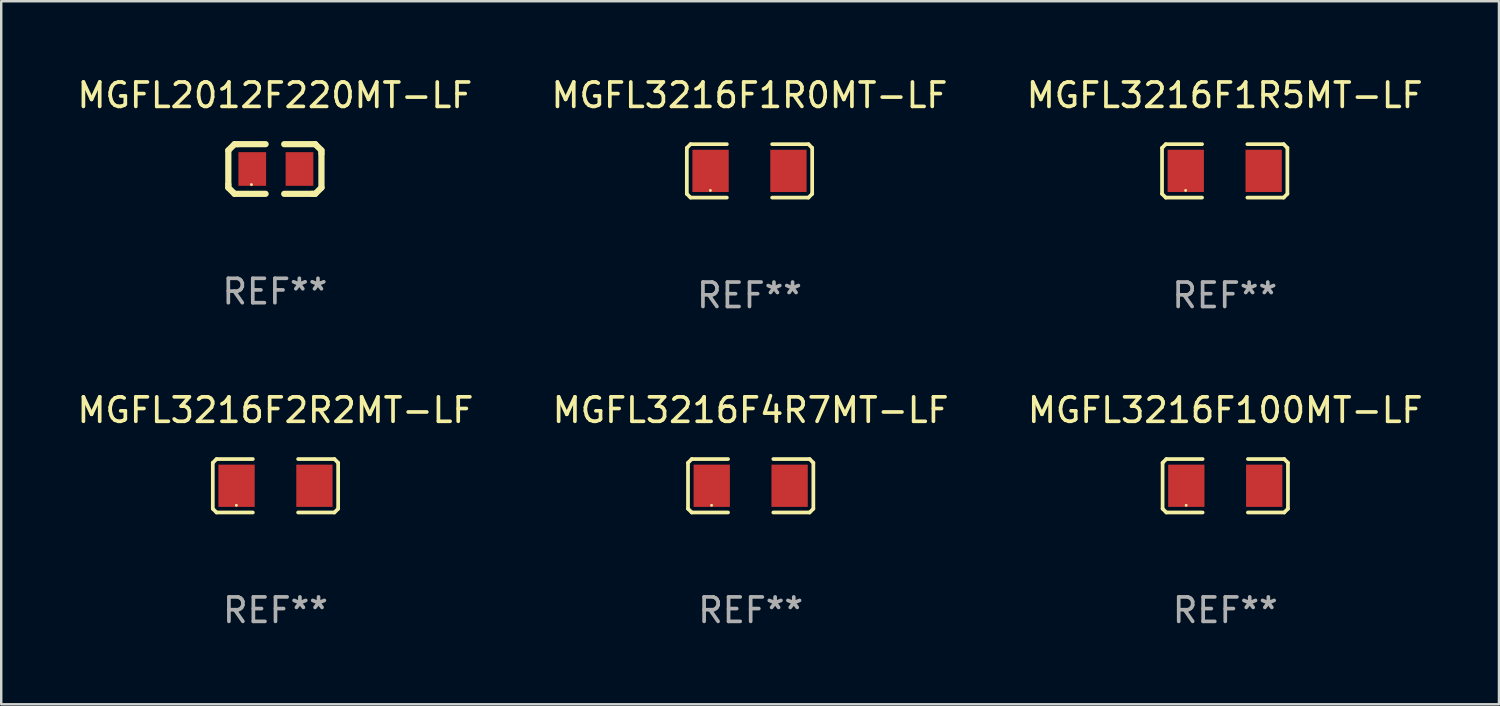
<source format=kicad_pcb>
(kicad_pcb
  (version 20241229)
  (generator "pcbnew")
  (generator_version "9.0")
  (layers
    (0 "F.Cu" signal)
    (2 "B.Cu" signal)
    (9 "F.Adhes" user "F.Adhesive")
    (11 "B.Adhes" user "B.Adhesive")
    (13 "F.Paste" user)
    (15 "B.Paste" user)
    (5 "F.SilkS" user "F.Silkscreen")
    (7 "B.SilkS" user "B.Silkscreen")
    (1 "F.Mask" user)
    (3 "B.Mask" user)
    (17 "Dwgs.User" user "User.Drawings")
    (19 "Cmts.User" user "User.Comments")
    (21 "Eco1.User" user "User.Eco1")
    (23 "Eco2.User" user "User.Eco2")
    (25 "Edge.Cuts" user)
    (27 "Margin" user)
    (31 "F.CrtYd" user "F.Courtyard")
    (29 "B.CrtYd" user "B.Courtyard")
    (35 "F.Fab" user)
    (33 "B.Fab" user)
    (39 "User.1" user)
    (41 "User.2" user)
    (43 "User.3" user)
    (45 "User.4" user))
  (footprint "MGFL3216F100MT-LF"
    (layer "F.Cu")
    (at 47.077 16.823)
    (property "Reference" "MGFL3216F100MT-LF" (at 0 -3.093 0) (layer "F.SilkS") (effects (font (size 1 1) (thickness 0.15))))
    (attr through_hole)
    (fp_line (start -2.564 -0.94) (end -2.411 -1.093) (stroke (width 0.152) (type solid)) (layer "F.SilkS"))
    (fp_line (start -2.564 0.94) (end -2.564 -0.94) (stroke (width 0.152) (type solid)) (layer "F.SilkS"))
    (fp_line (start -2.411 -1.093) (end -0.926 -1.093) (stroke (width 0.152) (type solid)) (layer "F.SilkS"))
    (fp_line (start -2.411 1.093) (end -2.564 0.94) (stroke (width 0.152) (type solid)) (layer "F.SilkS"))
    (fp_line (start -0.926 1.093) (end -2.411 1.093) (stroke (width 0.152) (type solid)) (layer "F.SilkS"))
    (fp_line (start 0.926 1.093) (end 2.411 1.093) (stroke (width 0.152) (type solid)) (layer "F.SilkS"))
    (fp_line (start 2.411 -1.093) (end 0.926 -1.093) (stroke (width 0.152) (type solid)) (layer "F.SilkS"))
    (fp_line (start 2.411 1.093) (end 2.564 0.94) (stroke (width 0.152) (type solid)) (layer "F.SilkS"))
    (fp_line (start 2.564 -0.94) (end 2.411 -1.093) (stroke (width 0.152) (type solid)) (layer "F.SilkS"))
    (fp_line (start 2.564 0.94) (end 2.564 -0.94) (stroke (width 0.152) (type solid)) (layer "F.SilkS"))
    (fp_circle (center -1.6 0.8) (end -1.57 0.8) (stroke (width 0.06) (type solid)) (fill no) (layer "F.SilkS"))
    (fp_text user "REF**" (at 0 5.093 0) (layer "F.Fab") (effects (font (size 1 1) (thickness 0.15))))
    (pad "1" smd rect (at -1.593 0) (size 1.485 1.728) (layers "F.Cu" "F.Mask" "F.Paste"))
    (pad "2" smd rect (at 1.593 0) (size 1.485 1.728) (layers "F.Cu" "F.Mask" "F.Paste")))
  (footprint "MGFL2012F220MT-LF"
    (layer "F.Cu")
    (at 8.196 3.864)
    (property "Reference" "MGFL2012F220MT-LF" (at 0 -3.016 0) (layer "F.SilkS") (effects (font (size 1 1) (thickness 0.15))))
    (attr through_hole)
    (fp_line (start -1.905 -0.762) (end -1.905 0.635) (stroke (width 0.254) (type solid)) (layer "F.SilkS"))
    (fp_line (start -1.905 0.635) (end -1.905 0.762) (stroke (width 0.254) (type solid)) (layer "F.SilkS"))
    (fp_line (start -1.905 0.762) (end -1.651 1.016) (stroke (width 0.254) (type solid)) (layer "F.SilkS"))
    (fp_line (start -1.651 -1.016) (end -1.905 -0.762) (stroke (width 0.254) (type solid)) (layer "F.SilkS"))
    (fp_line (start -1.651 1.016) (end -0.381 1.016) (stroke (width 0.254) (type solid)) (layer "F.SilkS"))
    (fp_line (start -1.524 -1.016) (end -1.651 -1.016) (stroke (width 0.254) (type solid)) (layer "F.SilkS"))
    (fp_line (start -0.381 -1.016) (end -1.524 -1.016) (stroke (width 0.254) (type solid)) (layer "F.SilkS"))
    (fp_line (start 0.381 1.016) (end 1.524 1.016) (stroke (width 0.254) (type solid)) (layer "F.SilkS"))
    (fp_line (start 1.524 1.016) (end 1.651 1.016) (stroke (width 0.254) (type solid)) (layer "F.SilkS"))
    (fp_line (start 1.651 -1.016) (end 0.381 -1.016) (stroke (width 0.254) (type solid)) (layer "F.SilkS"))
    (fp_line (start 1.651 1.016) (end 1.905 0.762) (stroke (width 0.254) (type solid)) (layer "F.SilkS"))
    (fp_line (start 1.905 -0.762) (end 1.651 -1.016) (stroke (width 0.254) (type solid)) (layer "F.SilkS"))
    (fp_line (start 1.905 -0.635) (end 1.905 -0.762) (stroke (width 0.254) (type solid)) (layer "F.SilkS"))
    (fp_line (start 1.905 0.762) (end 1.905 -0.635) (stroke (width 0.254) (type solid)) (layer "F.SilkS"))
    (fp_circle (center -0.96 0.637) (end -0.93 0.637) (stroke (width 0.06) (type solid)) (fill no) (layer "F.SilkS"))
    (fp_text user "REF**" (at 0 5.016 0) (layer "F.Fab") (effects (font (size 1 1) (thickness 0.15))))
    (pad "1" smd rect (at -0.926 -0.000051) (size 1.133 1.377) (layers "F.Cu" "F.Mask" "F.Paste"))
    (pad "2" smd rect (at 1.006 -0.000051) (size 1.133 1.377) (layers "F.Cu" "F.Mask" "F.Paste")))
  (footprint "MGFL3216F1R5MT-LF"
    (layer "F.Cu")
    (at 47.054 3.941)
    (property "Reference" "MGFL3216F1R5MT-LF" (at 0 -3.093 0) (layer "F.SilkS") (effects (font (size 1 1) (thickness 0.15))))
    (attr through_hole)
    (fp_line (start -2.564 -0.94) (end -2.411 -1.093) (stroke (width 0.152) (type solid)) (layer "F.SilkS"))
    (fp_line (start -2.564 0.94) (end -2.564 -0.94) (stroke (width 0.152) (type solid)) (layer "F.SilkS"))
    (fp_line (start -2.411 -1.093) (end -0.926 -1.093) (stroke (width 0.152) (type solid)) (layer "F.SilkS"))
    (fp_line (start -2.411 1.093) (end -2.564 0.94) (stroke (width 0.152) (type solid)) (layer "F.SilkS"))
    (fp_line (start -0.926 1.093) (end -2.411 1.093) (stroke (width 0.152) (type solid)) (layer "F.SilkS"))
    (fp_line (start 0.926 1.093) (end 2.411 1.093) (stroke (width 0.152) (type solid)) (layer "F.SilkS"))
    (fp_line (start 2.411 -1.093) (end 0.926 -1.093) (stroke (width 0.152) (type solid)) (layer "F.SilkS"))
    (fp_line (start 2.411 1.093) (end 2.564 0.94) (stroke (width 0.152) (type solid)) (layer "F.SilkS"))
    (fp_line (start 2.564 -0.94) (end 2.411 -1.093) (stroke (width 0.152) (type solid)) (layer "F.SilkS"))
    (fp_line (start 2.564 0.94) (end 2.564 -0.94) (stroke (width 0.152) (type solid)) (layer "F.SilkS"))
    (fp_circle (center -1.6 0.8) (end -1.57 0.8) (stroke (width 0.06) (type solid)) (fill no) (layer "F.SilkS"))
    (fp_text user "REF**" (at 0 5.093 0) (layer "F.Fab") (effects (font (size 1 1) (thickness 0.15))))
    (pad "1" smd rect (at -1.593 0) (size 1.485 1.728) (layers "F.Cu" "F.Mask" "F.Paste"))
    (pad "2" smd rect (at 1.593 0) (size 1.485 1.728) (layers "F.Cu" "F.Mask" "F.Paste")))
  (footprint "MGFL3216F2R2MT-LF"
    (layer "F.Cu")
    (at 8.22 16.823)
    (property "Reference" "MGFL3216F2R2MT-LF" (at 0 -3.093 0) (layer "F.SilkS") (effects (font (size 1 1) (thickness 0.15))))
    (attr through_hole)
    (fp_line (start -2.564 -0.94) (end -2.411 -1.093) (stroke (width 0.152) (type solid)) (layer "F.SilkS"))
    (fp_line (start -2.564 0.94) (end -2.564 -0.94) (stroke (width 0.152) (type solid)) (layer "F.SilkS"))
    (fp_line (start -2.411 -1.093) (end -0.926 -1.093) (stroke (width 0.152) (type solid)) (layer "F.SilkS"))
    (fp_line (start -2.411 1.093) (end -2.564 0.94) (stroke (width 0.152) (type solid)) (layer "F.SilkS"))
    (fp_line (start -0.926 1.093) (end -2.411 1.093) (stroke (width 0.152) (type solid)) (layer "F.SilkS"))
    (fp_line (start 0.926 1.093) (end 2.411 1.093) (stroke (width 0.152) (type solid)) (layer "F.SilkS"))
    (fp_line (start 2.411 -1.093) (end 0.926 -1.093) (stroke (width 0.152) (type solid)) (layer "F.SilkS"))
    (fp_line (start 2.411 1.093) (end 2.564 0.94) (stroke (width 0.152) (type solid)) (layer "F.SilkS"))
    (fp_line (start 2.564 -0.94) (end 2.411 -1.093) (stroke (width 0.152) (type solid)) (layer "F.SilkS"))
    (fp_line (start 2.564 0.94) (end 2.564 -0.94) (stroke (width 0.152) (type solid)) (layer "F.SilkS"))
    (fp_circle (center -1.6 0.8) (end -1.57 0.8) (stroke (width 0.06) (type solid)) (fill no) (layer "F.SilkS"))
    (fp_text user "REF**" (at 0 5.093 0) (layer "F.Fab") (effects (font (size 1 1) (thickness 0.15))))
    (pad "1" smd rect (at -1.593 0) (size 1.485 1.728) (layers "F.Cu" "F.Mask" "F.Paste"))
    (pad "2" smd rect (at 1.593 0) (size 1.485 1.728) (layers "F.Cu" "F.Mask" "F.Paste")))
  (footprint "MGFL3216F4R7MT-LF"
    (layer "F.Cu")
    (at 27.661 16.823)
    (property "Reference" "MGFL3216F4R7MT-LF" (at 0 -3.093 0) (layer "F.SilkS") (effects (font (size 1 1) (thickness 0.15))))
    (attr through_hole)
    (fp_line (start -2.564 -0.94) (end -2.411 -1.093) (stroke (width 0.152) (type solid)) (layer "F.SilkS"))
    (fp_line (start -2.564 0.94) (end -2.564 -0.94) (stroke (width 0.152) (type solid)) (layer "F.SilkS"))
    (fp_line (start -2.411 -1.093) (end -0.926 -1.093) (stroke (width 0.152) (type solid)) (layer "F.SilkS"))
    (fp_line (start -2.411 1.093) (end -2.564 0.94) (stroke (width 0.152) (type solid)) (layer "F.SilkS"))
    (fp_line (start -0.926 1.093) (end -2.411 1.093) (stroke (width 0.152) (type solid)) (layer "F.SilkS"))
    (fp_line (start 0.926 1.093) (end 2.411 1.093) (stroke (width 0.152) (type solid)) (layer "F.SilkS"))
    (fp_line (start 2.411 -1.093) (end 0.926 -1.093) (stroke (width 0.152) (type solid)) (layer "F.SilkS"))
    (fp_line (start 2.411 1.093) (end 2.564 0.94) (stroke (width 0.152) (type solid)) (layer "F.SilkS"))
    (fp_line (start 2.564 -0.94) (end 2.411 -1.093) (stroke (width 0.152) (type solid)) (layer "F.SilkS"))
    (fp_line (start 2.564 0.94) (end 2.564 -0.94) (stroke (width 0.152) (type solid)) (layer "F.SilkS"))
    (fp_circle (center -1.6 0.8) (end -1.57 0.8) (stroke (width 0.06) (type solid)) (fill no) (layer "F.SilkS"))
    (fp_text user "REF**" (at 0 5.093 0) (layer "F.Fab") (effects (font (size 1 1) (thickness 0.15))))
    (pad "1" smd rect (at -1.593 0) (size 1.485 1.728) (layers "F.Cu" "F.Mask" "F.Paste"))
    (pad "2" smd rect (at 1.593 0) (size 1.485 1.728) (layers "F.Cu" "F.Mask" "F.Paste")))
  (footprint "MGFL3216F1R0MT-LF"
    (layer "F.Cu")
    (at 27.613 3.941)
    (property "Reference" "MGFL3216F1R0MT-LF" (at 0 -3.093 0) (layer "F.SilkS") (effects (font (size 1 1) (thickness 0.15))))
    (attr through_hole)
    (fp_line (start -2.564 -0.94) (end -2.411 -1.093) (stroke (width 0.152) (type solid)) (layer "F.SilkS"))
    (fp_line (start -2.564 0.94) (end -2.564 -0.94) (stroke (width 0.152) (type solid)) (layer "F.SilkS"))
    (fp_line (start -2.411 -1.093) (end -0.926 -1.093) (stroke (width 0.152) (type solid)) (layer "F.SilkS"))
    (fp_line (start -2.411 1.093) (end -2.564 0.94) (stroke (width 0.152) (type solid)) (layer "F.SilkS"))
    (fp_line (start -0.926 1.093) (end -2.411 1.093) (stroke (width 0.152) (type solid)) (layer "F.SilkS"))
    (fp_line (start 0.926 1.093) (end 2.411 1.093) (stroke (width 0.152) (type solid)) (layer "F.SilkS"))
    (fp_line (start 2.411 -1.093) (end 0.926 -1.093) (stroke (width 0.152) (type solid)) (layer "F.SilkS"))
    (fp_line (start 2.411 1.093) (end 2.564 0.94) (stroke (width 0.152) (type solid)) (layer "F.SilkS"))
    (fp_line (start 2.564 -0.94) (end 2.411 -1.093) (stroke (width 0.152) (type solid)) (layer "F.SilkS"))
    (fp_line (start 2.564 0.94) (end 2.564 -0.94) (stroke (width 0.152) (type solid)) (layer "F.SilkS"))
    (fp_circle (center -1.6 0.8) (end -1.57 0.8) (stroke (width 0.06) (type solid)) (fill no) (layer "F.SilkS"))
    (fp_text user "REF**" (at 0 5.093 0) (layer "F.Fab") (effects (font (size 1 1) (thickness 0.15))))
    (pad "1" smd rect (at -1.593 0) (size 1.485 1.728) (layers "F.Cu" "F.Mask" "F.Paste"))
    (pad "2" smd rect (at 1.593 0) (size 1.485 1.728) (layers "F.Cu" "F.Mask" "F.Paste")))
  (gr_rect
    (start -3 -3)
    (end 58.274 25.763)
    (stroke (width 0.1) (type default))
    (fill no)
    (layer "Edge.Cuts")))
</source>
